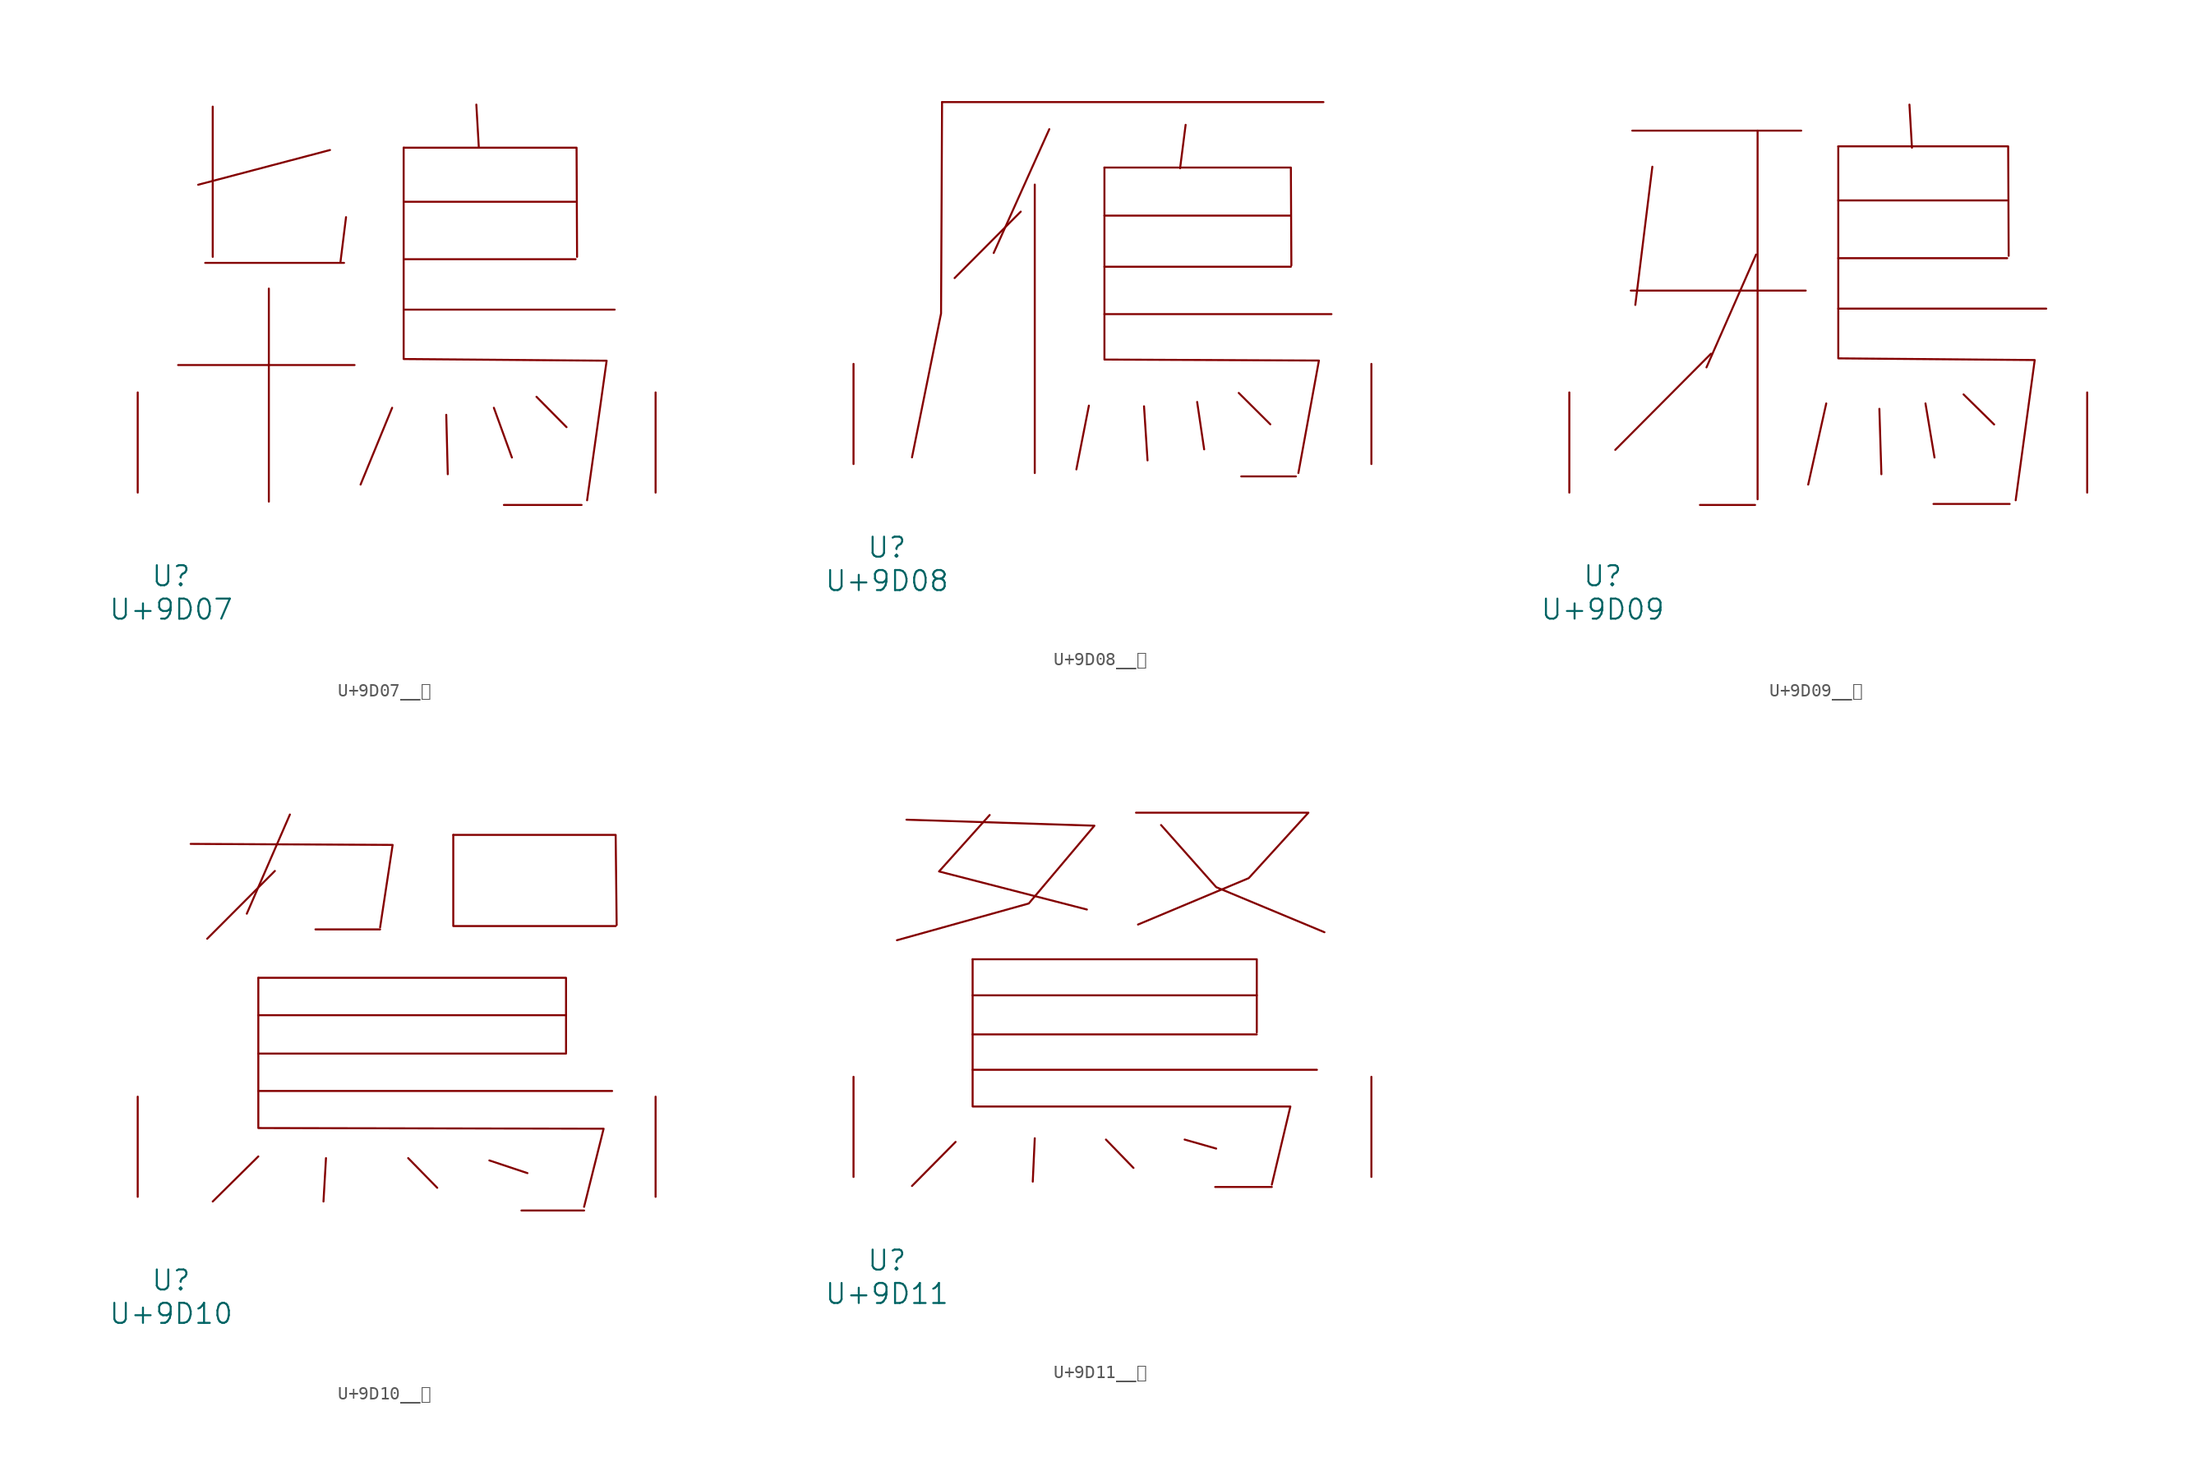
<source format=kicad_sym>
(kicad_symbol_lib
  (version 20231120)
  (generator "kicad_symbol_editor")
  (generator_version "8.0")
  (symbol "U+9D07__鴇"
    (pin_names
      (offset 1.016))
    (property "Reference" "U"
      (at 0 -6.35 0)
      (effects (font (size 1.524 1.524))))
    (property "Value" "U+9D07"
      (at 0 -8.89 0)
      (effects (font (size 1.524 1.524))))
    (symbol "U+9D07__鴇_0_1"
      (polyline (pts (xy 0.533 9.703) (xy 13.945 9.703)) (stroke (width 0) (type solid)) (fill (type none)))
      (polyline (pts (xy 2.591 17.475) (xy 13.145 17.475)) (stroke (width 0) (type solid)) (fill (type none)))
      (polyline (pts (xy 3.162 29.362) (xy 3.162 17.932)) (stroke (width 0) (type solid)) (fill (type none)))
      (polyline (pts (xy 7.429 15.519) (xy 7.429 -0.686)) (stroke (width 0) (type solid)) (fill (type none)))
      (polyline (pts (xy 12.078 26.06) (xy 2.057 23.419)) (stroke (width 0) (type solid)) (fill (type none)))
      (polyline (pts (xy 13.297 20.955) (xy 12.878 17.577)) (stroke (width 0) (type solid)) (fill (type none)))
      (polyline (pts (xy 16.802 6.452) (xy 14.402 0.61)) (stroke (width 0) (type solid)) (fill (type none)))
      (polyline (pts (xy 17.678 13.919) (xy 33.718 13.919)) (stroke (width 0) (type solid)) (fill (type none)))
      (polyline (pts (xy 17.678 17.755) (xy 30.747 17.755)) (stroke (width 0) (type solid)) (fill (type none)))
      (polyline (pts (xy 17.678 22.123) (xy 30.747 22.123)) (stroke (width 0) (type solid)) (fill (type none)))
      (polyline (pts (xy 20.917 5.918) (xy 21.031 1.397)) (stroke (width 0) (type solid)) (fill (type none)))
      (polyline (pts (xy 23.203 29.515) (xy 23.393 26.238)) (stroke (width 0) (type solid)) (fill (type none)))
      (polyline (pts (xy 24.536 6.452) (xy 25.908 2.667)) (stroke (width 0) (type solid)) (fill (type none)))
      (polyline (pts (xy 25.298 -0.94) (xy 31.204 -0.94)) (stroke (width 0) (type solid)) (fill (type none)))
      (polyline (pts (xy 27.775 7.29) (xy 30.061 4.978)) (stroke (width 0) (type solid)) (fill (type none)))
      (polyline (pts (xy 17.678 26.238) (xy 30.823 26.238) (xy 30.861 17.932)) (stroke (width 0) (type solid)) (fill (type none)))
      (polyline (pts (xy 17.678 26.238) (xy 17.678 10.16) (xy 33.109 10.033) (xy 31.623 -0.584)) (stroke (width 0) (type solid)) (fill (type none)))
      (pin input line (at -2.54 0 90) (length 7.62) (name "~" (effects (font (size 1.27 1.27)))) (number "~" (effects (font (size 1.27 1.27)))))
      (pin input line (at 36.83 0 90) (length 7.62) (name "~" (effects (font (size 1.27 1.27)))) (number "~" (effects (font (size 1.27 1.27)))))))
  (symbol "U+9D08__鴈"
    (pin_names
      (offset 1.016))
    (property "Reference" "U"
      (at 0 -6.35 0)
      (effects (font (size 1.524 1.524))))
    (property "Value" "U+9D08"
      (at 0 -8.89 0)
      (effects (font (size 1.524 1.524))))
    (symbol "U+9D08__鴈_0_1"
      (polyline (pts (xy 4.191 27.534) (xy 33.185 27.534)) (stroke (width 0) (type solid)) (fill (type none)))
      (polyline (pts (xy 10.173 19.202) (xy 5.144 14.148)) (stroke (width 0) (type solid)) (fill (type none)))
      (polyline (pts (xy 11.239 21.26) (xy 11.239 -0.686)) (stroke (width 0) (type solid)) (fill (type none)))
      (polyline (pts (xy 12.344 25.476) (xy 8.115 16.053)) (stroke (width 0) (type solid)) (fill (type none)))
      (polyline (pts (xy 15.354 4.445) (xy 14.402 -0.406)) (stroke (width 0) (type solid)) (fill (type none)))
      (polyline (pts (xy 16.535 11.405) (xy 33.795 11.405)) (stroke (width 0) (type solid)) (fill (type none)))
      (polyline (pts (xy 16.535 15.011) (xy 30.709 15.011)) (stroke (width 0) (type solid)) (fill (type none)))
      (polyline (pts (xy 16.535 18.898) (xy 30.709 18.898)) (stroke (width 0) (type solid)) (fill (type none)))
      (polyline (pts (xy 19.545 4.394) (xy 19.812 0.279)) (stroke (width 0) (type solid)) (fill (type none)))
      (polyline (pts (xy 22.708 25.806) (xy 22.288 22.504)) (stroke (width 0) (type solid)) (fill (type none)))
      (polyline (pts (xy 23.584 4.724) (xy 24.117 1.118)) (stroke (width 0) (type solid)) (fill (type none)))
      (polyline (pts (xy 26.746 5.41) (xy 29.146 3.023)) (stroke (width 0) (type solid)) (fill (type none)))
      (polyline (pts (xy 26.937 -0.94) (xy 31.09 -0.94)) (stroke (width 0) (type solid)) (fill (type none)))
      (polyline (pts (xy 4.191 27.534) (xy 4.115 11.455) (xy 1.905 0.508)) (stroke (width 0) (type solid)) (fill (type none)))
      (polyline (pts (xy 16.535 22.555) (xy 30.709 22.555) (xy 30.747 15.113)) (stroke (width 0) (type solid)) (fill (type none)))
      (polyline (pts (xy 16.535 22.555) (xy 16.535 7.95) (xy 32.842 7.874) (xy 31.28 -0.686)) (stroke (width 0) (type solid)) (fill (type none)))
      (pin input line (at -2.54 0 90) (length 7.62) (name "~" (effects (font (size 1.27 1.27)))) (number "~" (effects (font (size 1.27 1.27)))))
      (pin input line (at 36.83 0 90) (length 7.62) (name "~" (effects (font (size 1.27 1.27)))) (number "~" (effects (font (size 1.27 1.27)))))))
  (symbol "U+9D09__鴉"
    (pin_names
      (offset 1.016))
    (property "Reference" "U"
      (at 0 -6.35 0)
      (effects (font (size 1.524 1.524))))
    (property "Value" "U+9D09"
      (at 0 -8.89 0)
      (effects (font (size 1.524 1.524))))
    (symbol "U+9D09__鴉_0_1"
      (polyline (pts (xy 2.134 15.367) (xy 15.431 15.367)) (stroke (width 0) (type solid)) (fill (type none)))
      (polyline (pts (xy 2.248 27.534) (xy 15.088 27.534)) (stroke (width 0) (type solid)) (fill (type none)))
      (polyline (pts (xy 3.772 24.79) (xy 2.477 14.275)) (stroke (width 0) (type solid)) (fill (type none)))
      (polyline (pts (xy 7.391 -0.94) (xy 11.582 -0.94)) (stroke (width 0) (type solid)) (fill (type none)))
      (polyline (pts (xy 8.23 10.566) (xy 0.953 3.251)) (stroke (width 0) (type solid)) (fill (type none)))
      (polyline (pts (xy 11.659 18.11) (xy 7.887 9.525)) (stroke (width 0) (type solid)) (fill (type none)))
      (polyline (pts (xy 11.773 27.534) (xy 11.773 -0.508)) (stroke (width 0) (type solid)) (fill (type none)))
      (polyline (pts (xy 16.993 6.782) (xy 15.621 0.61)) (stroke (width 0) (type solid)) (fill (type none)))
      (polyline (pts (xy 17.907 13.995) (xy 33.718 13.995)) (stroke (width 0) (type solid)) (fill (type none)))
      (polyline (pts (xy 17.907 17.831) (xy 30.747 17.831)) (stroke (width 0) (type solid)) (fill (type none)))
      (polyline (pts (xy 17.907 22.225) (xy 30.747 22.225)) (stroke (width 0) (type solid)) (fill (type none)))
      (polyline (pts (xy 21.031 6.375) (xy 21.184 1.397)) (stroke (width 0) (type solid)) (fill (type none)))
      (polyline (pts (xy 23.317 29.515) (xy 23.508 26.238)) (stroke (width 0) (type solid)) (fill (type none)))
      (polyline (pts (xy 24.536 6.782) (xy 25.222 2.667)) (stroke (width 0) (type solid)) (fill (type none)))
      (polyline (pts (xy 25.146 -0.864) (xy 30.937 -0.864)) (stroke (width 0) (type solid)) (fill (type none)))
      (polyline (pts (xy 27.432 7.468) (xy 29.756 5.182)) (stroke (width 0) (type solid)) (fill (type none)))
      (polyline (pts (xy 17.907 26.34) (xy 30.823 26.34) (xy 30.861 18.009)) (stroke (width 0) (type solid)) (fill (type none)))
      (polyline (pts (xy 17.907 26.34) (xy 17.907 10.211) (xy 32.842 10.084) (xy 31.394 -0.584)) (stroke (width 0) (type solid)) (fill (type none)))
      (pin input line (at -2.54 0 90) (length 7.62) (name "~" (effects (font (size 1.27 1.27)))) (number "~" (effects (font (size 1.27 1.27)))))
      (pin input line (at 36.83 0 90) (length 7.62) (name "~" (effects (font (size 1.27 1.27)))) (number "~" (effects (font (size 1.27 1.27)))))))
  (symbol "U+9D10__鴐"
    (pin_names
      (offset 1.016))
    (property "Reference" "U"
      (at 0 -6.35 0)
      (effects (font (size 1.524 1.524))))
    (property "Value" "U+9D10"
      (at 0 -8.89 0)
      (effects (font (size 1.524 1.524))))
    (symbol "U+9D10__鴐_0_1"
      (polyline (pts (xy 6.629 3.073) (xy 3.162 -0.356)) (stroke (width 0) (type solid)) (fill (type none)))
      (polyline (pts (xy 6.629 8.052) (xy 33.528 8.052)) (stroke (width 0) (type solid)) (fill (type none)))
      (polyline (pts (xy 6.629 10.897) (xy 30.023 10.897)) (stroke (width 0) (type solid)) (fill (type none)))
      (polyline (pts (xy 6.629 13.818) (xy 30.023 13.818)) (stroke (width 0) (type solid)) (fill (type none)))
      (polyline (pts (xy 7.887 24.79) (xy 2.743 19.634)) (stroke (width 0) (type solid)) (fill (type none)))
      (polyline (pts (xy 9.03 29.083) (xy 5.753 21.539)) (stroke (width 0) (type solid)) (fill (type none)))
      (polyline (pts (xy 10.973 20.345) (xy 15.888 20.345)) (stroke (width 0) (type solid)) (fill (type none)))
      (polyline (pts (xy 11.773 2.946) (xy 11.582 -0.356)) (stroke (width 0) (type solid)) (fill (type none)))
      (polyline (pts (xy 18.021 2.946) (xy 20.231 0.686)) (stroke (width 0) (type solid)) (fill (type none)))
      (polyline (pts (xy 21.45 20.599) (xy 33.795 20.599)) (stroke (width 0) (type solid)) (fill (type none)))
      (polyline (pts (xy 21.45 27.534) (xy 21.45 20.676)) (stroke (width 0) (type solid)) (fill (type none)))
      (polyline (pts (xy 24.194 2.769) (xy 27.089 1.803)) (stroke (width 0) (type solid)) (fill (type none)))
      (polyline (pts (xy 26.632 -1.041) (xy 31.394 -1.041)) (stroke (width 0) (type solid)) (fill (type none)))
      (polyline (pts (xy 1.486 26.848) (xy 16.84 26.772) (xy 15.888 20.498)) (stroke (width 0) (type solid)) (fill (type none)))
      (polyline (pts (xy 6.629 16.662) (xy 30.023 16.662) (xy 30.023 10.998)) (stroke (width 0) (type solid)) (fill (type none)))
      (polyline (pts (xy 21.45 27.534) (xy 33.795 27.534) (xy 33.871 20.676)) (stroke (width 0) (type solid)) (fill (type none)))
      (polyline (pts (xy 6.629 16.662) (xy 6.629 5.232) (xy 32.88 5.182) (xy 31.394 -0.762)) (stroke (width 0) (type solid)) (fill (type none)))
      (pin input line (at -2.54 0 90) (length 7.62) (name "~" (effects (font (size 1.27 1.27)))) (number "~" (effects (font (size 1.27 1.27)))))
      (pin input line (at 36.83 0 90) (length 7.62) (name "~" (effects (font (size 1.27 1.27)))) (number "~" (effects (font (size 1.27 1.27)))))))
  (symbol "U+9D11__鴑"
    (pin_names
      (offset 1.016))
    (property "Reference" "U"
      (at 0 -6.35 0)
      (effects (font (size 1.524 1.524))))
    (property "Value" "U+9D11"
      (at 0 -8.89 0)
      (effects (font (size 1.524 1.524))))
    (symbol "U+9D11__鴑_0_1"
      (polyline (pts (xy 5.22 2.667) (xy 1.905 -0.686)) (stroke (width 0) (type solid)) (fill (type none)))
      (polyline (pts (xy 6.515 8.153) (xy 32.69 8.153)) (stroke (width 0) (type solid)) (fill (type none)))
      (polyline (pts (xy 6.515 10.846) (xy 28.118 10.846)) (stroke (width 0) (type solid)) (fill (type none)))
      (polyline (pts (xy 6.515 13.818) (xy 28.118 13.818)) (stroke (width 0) (type solid)) (fill (type none)))
      (polyline (pts (xy 11.239 2.946) (xy 11.087 -0.356)) (stroke (width 0) (type solid)) (fill (type none)))
      (polyline (pts (xy 16.65 2.845) (xy 18.745 0.686)) (stroke (width 0) (type solid)) (fill (type none)))
      (polyline (pts (xy 22.631 2.845) (xy 25.032 2.159)) (stroke (width 0) (type solid)) (fill (type none)))
      (polyline (pts (xy 24.956 -0.762) (xy 29.261 -0.762)) (stroke (width 0) (type solid)) (fill (type none)))
      (polyline (pts (xy 6.515 16.561) (xy 28.118 16.561) (xy 28.118 10.998)) (stroke (width 0) (type solid)) (fill (type none)))
      (polyline (pts (xy 7.811 27.534) (xy 3.962 23.241) (xy 15.202 20.345)) (stroke (width 0) (type solid)) (fill (type none)))
      (polyline (pts (xy 20.841 26.772) (xy 25.032 22.047) (xy 33.261 18.618)) (stroke (width 0) (type solid)) (fill (type none)))
      (polyline (pts (xy 1.486 27.178) (xy 15.773 26.721) (xy 10.782 20.803) (xy 0.762 18.009)) (stroke (width 0) (type solid)) (fill (type none)))
      (polyline (pts (xy 6.515 16.561) (xy 6.515 5.359) (xy 30.671 5.359) (xy 29.261 -0.584)) (stroke (width 0) (type solid)) (fill (type none)))
      (polyline (pts (xy 18.936 27.711) (xy 32.042 27.711) (xy 27.508 22.733) (xy 19.088 19.202)) (stroke (width 0) (type solid)) (fill (type none)))
      (pin input line (at -2.54 0 90) (length 7.62) (name "~" (effects (font (size 1.27 1.27)))) (number "~" (effects (font (size 1.27 1.27)))))
      (pin input line (at 36.83 0 90) (length 7.62) (name "~" (effects (font (size 1.27 1.27)))) (number "~" (effects (font (size 1.27 1.27))))))))
</source>
